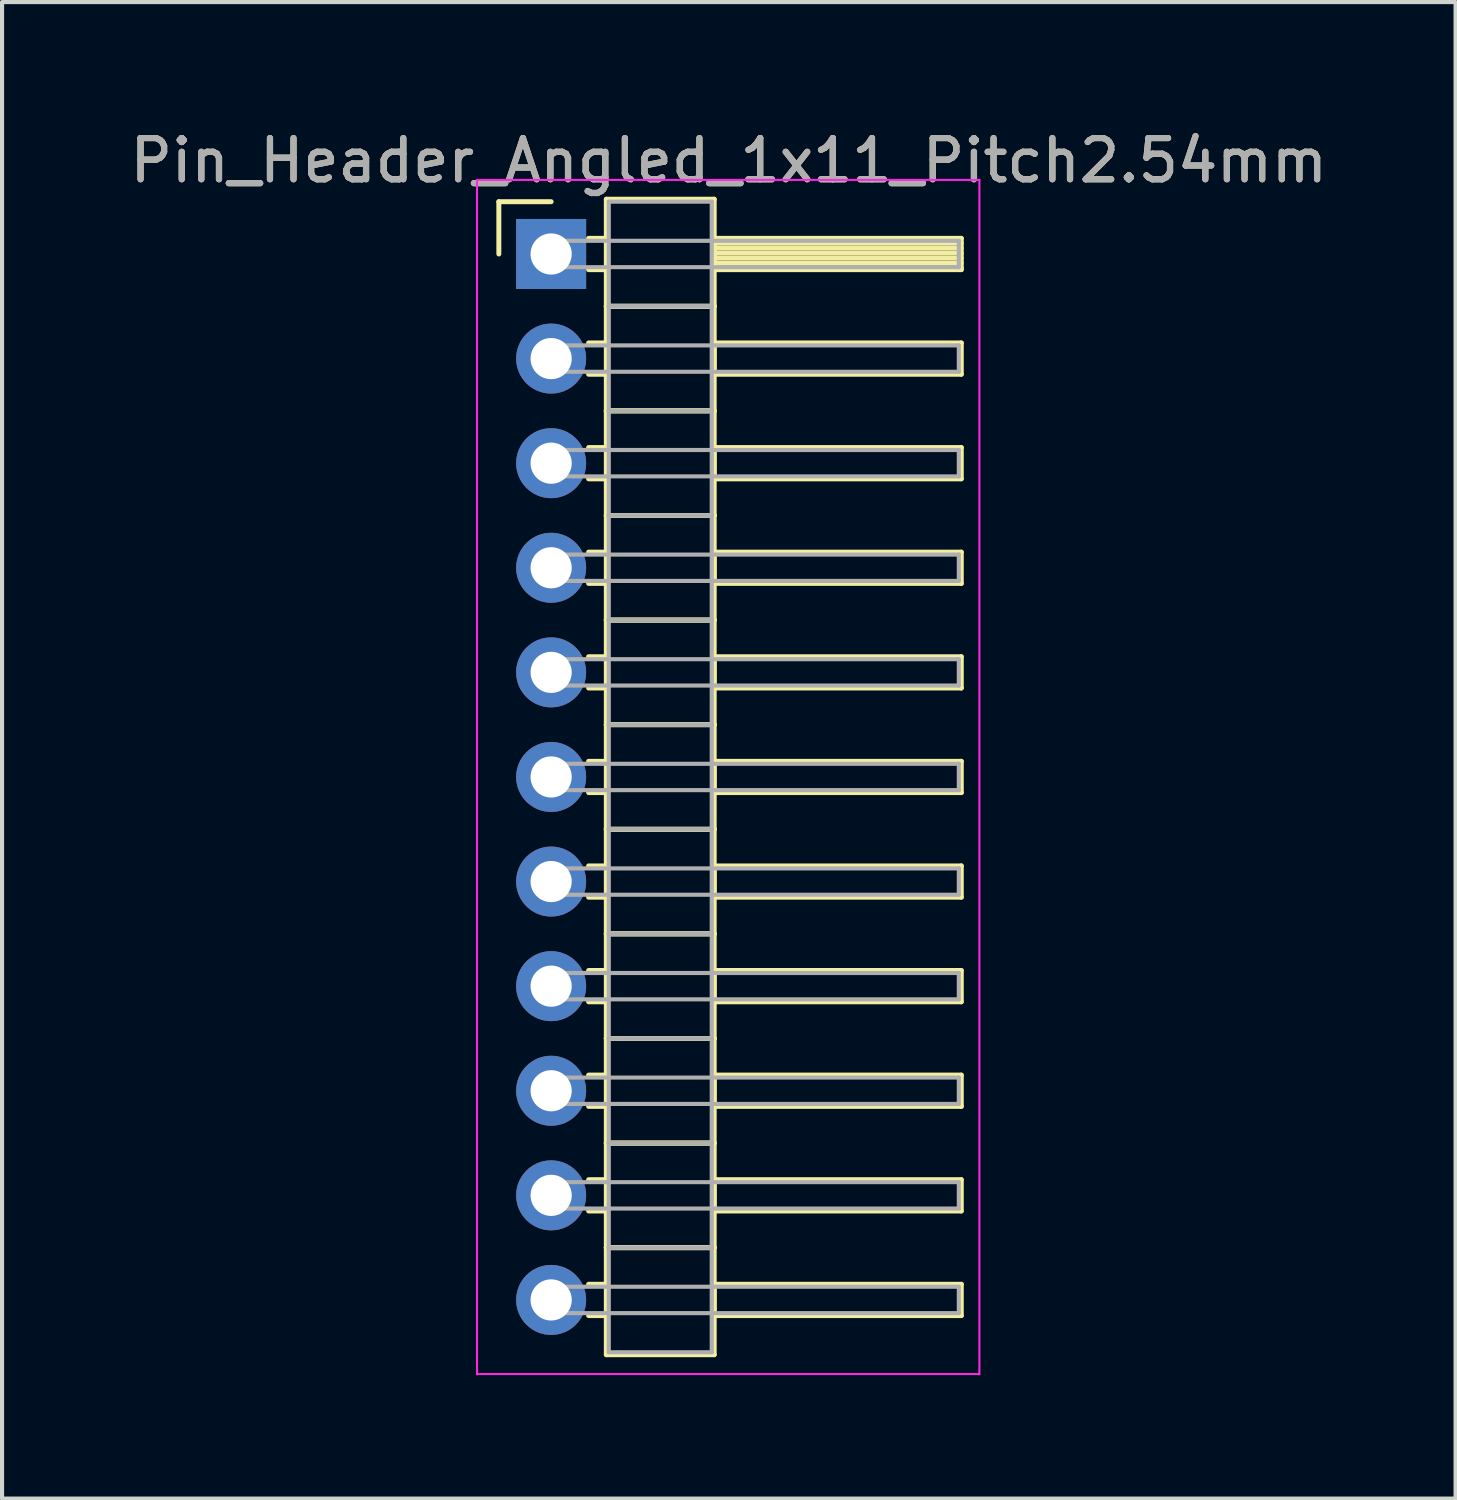
<source format=kicad_pcb>
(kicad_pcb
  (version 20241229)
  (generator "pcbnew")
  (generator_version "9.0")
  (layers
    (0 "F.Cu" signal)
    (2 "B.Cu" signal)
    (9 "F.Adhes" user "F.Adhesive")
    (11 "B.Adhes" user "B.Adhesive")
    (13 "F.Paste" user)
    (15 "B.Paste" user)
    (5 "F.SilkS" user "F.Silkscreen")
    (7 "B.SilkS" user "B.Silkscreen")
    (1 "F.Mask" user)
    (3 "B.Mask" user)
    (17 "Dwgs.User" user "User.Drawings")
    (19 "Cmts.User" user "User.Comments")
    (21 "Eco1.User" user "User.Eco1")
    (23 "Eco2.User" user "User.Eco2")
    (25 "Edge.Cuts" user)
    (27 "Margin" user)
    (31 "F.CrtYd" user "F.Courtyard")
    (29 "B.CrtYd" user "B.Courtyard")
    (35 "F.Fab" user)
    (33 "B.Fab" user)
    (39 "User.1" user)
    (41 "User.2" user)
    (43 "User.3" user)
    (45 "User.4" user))
  (footprint "Pin_Header_Angled_1x11_Pitch2.54mm"
    (layer "F.Cu")
    (at 10.334 3.118)
    (property "Reference" "Pin_Header_Angled_1x11_Pitch2.54mm" (at 4.315 -2.27 0) (layer "F.SilkS") (effects (font (size 1 1) (thickness 0.15))))
    (attr through_hole)
    (fp_line (start -1.27 -1.27) (end 0 -1.27) (stroke (width 0.12) (type solid)) (layer "F.SilkS"))
    (fp_line (start -1.27 0) (end -1.27 -1.27) (stroke (width 0.12) (type solid)) (layer "F.SilkS"))
    (fp_line (start 0.91 -0.38) (end 1.34 -0.38) (stroke (width 0.12) (type solid)) (layer "F.SilkS"))
    (fp_line (start 0.91 0.38) (end 1.34 0.38) (stroke (width 0.12) (type solid)) (layer "F.SilkS"))
    (fp_line (start 0.91 2.16) (end 1.34 2.16) (stroke (width 0.12) (type solid)) (layer "F.SilkS"))
    (fp_line (start 0.91 2.92) (end 1.34 2.92) (stroke (width 0.12) (type solid)) (layer "F.SilkS"))
    (fp_line (start 0.91 4.7) (end 1.34 4.7) (stroke (width 0.12) (type solid)) (layer "F.SilkS"))
    (fp_line (start 0.91 5.46) (end 1.34 5.46) (stroke (width 0.12) (type solid)) (layer "F.SilkS"))
    (fp_line (start 0.91 7.24) (end 1.34 7.24) (stroke (width 0.12) (type solid)) (layer "F.SilkS"))
    (fp_line (start 0.91 8) (end 1.34 8) (stroke (width 0.12) (type solid)) (layer "F.SilkS"))
    (fp_line (start 0.91 9.78) (end 1.34 9.78) (stroke (width 0.12) (type solid)) (layer "F.SilkS"))
    (fp_line (start 0.91 10.54) (end 1.34 10.54) (stroke (width 0.12) (type solid)) (layer "F.SilkS"))
    (fp_line (start 0.91 12.32) (end 1.34 12.32) (stroke (width 0.12) (type solid)) (layer "F.SilkS"))
    (fp_line (start 0.91 13.08) (end 1.34 13.08) (stroke (width 0.12) (type solid)) (layer "F.SilkS"))
    (fp_line (start 0.91 14.86) (end 1.34 14.86) (stroke (width 0.12) (type solid)) (layer "F.SilkS"))
    (fp_line (start 0.91 15.62) (end 1.34 15.62) (stroke (width 0.12) (type solid)) (layer "F.SilkS"))
    (fp_line (start 0.91 17.4) (end 1.34 17.4) (stroke (width 0.12) (type solid)) (layer "F.SilkS"))
    (fp_line (start 0.91 18.16) (end 1.34 18.16) (stroke (width 0.12) (type solid)) (layer "F.SilkS"))
    (fp_line (start 0.91 19.94) (end 1.34 19.94) (stroke (width 0.12) (type solid)) (layer "F.SilkS"))
    (fp_line (start 0.91 20.7) (end 1.34 20.7) (stroke (width 0.12) (type solid)) (layer "F.SilkS"))
    (fp_line (start 0.91 22.48) (end 1.34 22.48) (stroke (width 0.12) (type solid)) (layer "F.SilkS"))
    (fp_line (start 0.91 23.24) (end 1.34 23.24) (stroke (width 0.12) (type solid)) (layer "F.SilkS"))
    (fp_line (start 0.91 25.02) (end 1.34 25.02) (stroke (width 0.12) (type solid)) (layer "F.SilkS"))
    (fp_line (start 0.91 25.78) (end 1.34 25.78) (stroke (width 0.12) (type solid)) (layer "F.SilkS"))
    (fp_line (start 1.34 -1.33) (end 1.34 1.27) (stroke (width 0.12) (type solid)) (layer "F.SilkS"))
    (fp_line (start 1.34 1.27) (end 1.34 3.81) (stroke (width 0.12) (type solid)) (layer "F.SilkS"))
    (fp_line (start 1.34 1.27) (end 3.96 1.27) (stroke (width 0.12) (type solid)) (layer "F.SilkS"))
    (fp_line (start 1.34 3.81) (end 1.34 6.35) (stroke (width 0.12) (type solid)) (layer "F.SilkS"))
    (fp_line (start 1.34 3.81) (end 3.96 3.81) (stroke (width 0.12) (type solid)) (layer "F.SilkS"))
    (fp_line (start 1.34 6.35) (end 1.34 8.89) (stroke (width 0.12) (type solid)) (layer "F.SilkS"))
    (fp_line (start 1.34 6.35) (end 3.96 6.35) (stroke (width 0.12) (type solid)) (layer "F.SilkS"))
    (fp_line (start 1.34 8.89) (end 1.34 11.43) (stroke (width 0.12) (type solid)) (layer "F.SilkS"))
    (fp_line (start 1.34 8.89) (end 3.96 8.89) (stroke (width 0.12) (type solid)) (layer "F.SilkS"))
    (fp_line (start 1.34 11.43) (end 1.34 13.97) (stroke (width 0.12) (type solid)) (layer "F.SilkS"))
    (fp_line (start 1.34 11.43) (end 3.96 11.43) (stroke (width 0.12) (type solid)) (layer "F.SilkS"))
    (fp_line (start 1.34 13.97) (end 1.34 16.51) (stroke (width 0.12) (type solid)) (layer "F.SilkS"))
    (fp_line (start 1.34 13.97) (end 3.96 13.97) (stroke (width 0.12) (type solid)) (layer "F.SilkS"))
    (fp_line (start 1.34 16.51) (end 1.34 19.05) (stroke (width 0.12) (type solid)) (layer "F.SilkS"))
    (fp_line (start 1.34 16.51) (end 3.96 16.51) (stroke (width 0.12) (type solid)) (layer "F.SilkS"))
    (fp_line (start 1.34 19.05) (end 1.34 21.59) (stroke (width 0.12) (type solid)) (layer "F.SilkS"))
    (fp_line (start 1.34 19.05) (end 3.96 19.05) (stroke (width 0.12) (type solid)) (layer "F.SilkS"))
    (fp_line (start 1.34 21.59) (end 1.34 24.13) (stroke (width 0.12) (type solid)) (layer "F.SilkS"))
    (fp_line (start 1.34 21.59) (end 3.96 21.59) (stroke (width 0.12) (type solid)) (layer "F.SilkS"))
    (fp_line (start 1.34 24.13) (end 1.34 26.73) (stroke (width 0.12) (type solid)) (layer "F.SilkS"))
    (fp_line (start 1.34 24.13) (end 3.96 24.13) (stroke (width 0.12) (type solid)) (layer "F.SilkS"))
    (fp_line (start 1.34 26.73) (end 3.96 26.73) (stroke (width 0.12) (type solid)) (layer "F.SilkS"))
    (fp_line (start 3.96 -1.33) (end 1.34 -1.33) (stroke (width 0.12) (type solid)) (layer "F.SilkS"))
    (fp_line (start 3.96 -0.38) (end 3.96 0.38) (stroke (width 0.12) (type solid)) (layer "F.SilkS"))
    (fp_line (start 3.96 -0.26) (end 9.96 -0.26) (stroke (width 0.12) (type solid)) (layer "F.SilkS"))
    (fp_line (start 3.96 -0.14) (end 9.96 -0.14) (stroke (width 0.12) (type solid)) (layer "F.SilkS"))
    (fp_line (start 3.96 -0.02) (end 9.96 -0.02) (stroke (width 0.12) (type solid)) (layer "F.SilkS"))
    (fp_line (start 3.96 0.1) (end 9.96 0.1) (stroke (width 0.12) (type solid)) (layer "F.SilkS"))
    (fp_line (start 3.96 0.22) (end 9.96 0.22) (stroke (width 0.12) (type solid)) (layer "F.SilkS"))
    (fp_line (start 3.96 0.34) (end 9.96 0.34) (stroke (width 0.12) (type solid)) (layer "F.SilkS"))
    (fp_line (start 3.96 0.38) (end 9.96 0.38) (stroke (width 0.12) (type solid)) (layer "F.SilkS"))
    (fp_line (start 3.96 1.27) (end 1.34 1.27) (stroke (width 0.12) (type solid)) (layer "F.SilkS"))
    (fp_line (start 3.96 1.27) (end 3.96 -1.33) (stroke (width 0.12) (type solid)) (layer "F.SilkS"))
    (fp_line (start 3.96 2.16) (end 3.96 2.92) (stroke (width 0.12) (type solid)) (layer "F.SilkS"))
    (fp_line (start 3.96 2.92) (end 9.96 2.92) (stroke (width 0.12) (type solid)) (layer "F.SilkS"))
    (fp_line (start 3.96 3.81) (end 1.34 3.81) (stroke (width 0.12) (type solid)) (layer "F.SilkS"))
    (fp_line (start 3.96 3.81) (end 3.96 1.27) (stroke (width 0.12) (type solid)) (layer "F.SilkS"))
    (fp_line (start 3.96 4.7) (end 3.96 5.46) (stroke (width 0.12) (type solid)) (layer "F.SilkS"))
    (fp_line (start 3.96 5.46) (end 9.96 5.46) (stroke (width 0.12) (type solid)) (layer "F.SilkS"))
    (fp_line (start 3.96 6.35) (end 1.34 6.35) (stroke (width 0.12) (type solid)) (layer "F.SilkS"))
    (fp_line (start 3.96 6.35) (end 3.96 3.81) (stroke (width 0.12) (type solid)) (layer "F.SilkS"))
    (fp_line (start 3.96 7.24) (end 3.96 8) (stroke (width 0.12) (type solid)) (layer "F.SilkS"))
    (fp_line (start 3.96 8) (end 9.96 8) (stroke (width 0.12) (type solid)) (layer "F.SilkS"))
    (fp_line (start 3.96 8.89) (end 1.34 8.89) (stroke (width 0.12) (type solid)) (layer "F.SilkS"))
    (fp_line (start 3.96 8.89) (end 3.96 6.35) (stroke (width 0.12) (type solid)) (layer "F.SilkS"))
    (fp_line (start 3.96 9.78) (end 3.96 10.54) (stroke (width 0.12) (type solid)) (layer "F.SilkS"))
    (fp_line (start 3.96 10.54) (end 9.96 10.54) (stroke (width 0.12) (type solid)) (layer "F.SilkS"))
    (fp_line (start 3.96 11.43) (end 1.34 11.43) (stroke (width 0.12) (type solid)) (layer "F.SilkS"))
    (fp_line (start 3.96 11.43) (end 3.96 8.89) (stroke (width 0.12) (type solid)) (layer "F.SilkS"))
    (fp_line (start 3.96 12.32) (end 3.96 13.08) (stroke (width 0.12) (type solid)) (layer "F.SilkS"))
    (fp_line (start 3.96 13.08) (end 9.96 13.08) (stroke (width 0.12) (type solid)) (layer "F.SilkS"))
    (fp_line (start 3.96 13.97) (end 1.34 13.97) (stroke (width 0.12) (type solid)) (layer "F.SilkS"))
    (fp_line (start 3.96 13.97) (end 3.96 11.43) (stroke (width 0.12) (type solid)) (layer "F.SilkS"))
    (fp_line (start 3.96 14.86) (end 3.96 15.62) (stroke (width 0.12) (type solid)) (layer "F.SilkS"))
    (fp_line (start 3.96 15.62) (end 9.96 15.62) (stroke (width 0.12) (type solid)) (layer "F.SilkS"))
    (fp_line (start 3.96 16.51) (end 1.34 16.51) (stroke (width 0.12) (type solid)) (layer "F.SilkS"))
    (fp_line (start 3.96 16.51) (end 3.96 13.97) (stroke (width 0.12) (type solid)) (layer "F.SilkS"))
    (fp_line (start 3.96 17.4) (end 3.96 18.16) (stroke (width 0.12) (type solid)) (layer "F.SilkS"))
    (fp_line (start 3.96 18.16) (end 9.96 18.16) (stroke (width 0.12) (type solid)) (layer "F.SilkS"))
    (fp_line (start 3.96 19.05) (end 1.34 19.05) (stroke (width 0.12) (type solid)) (layer "F.SilkS"))
    (fp_line (start 3.96 19.05) (end 3.96 16.51) (stroke (width 0.12) (type solid)) (layer "F.SilkS"))
    (fp_line (start 3.96 19.94) (end 3.96 20.7) (stroke (width 0.12) (type solid)) (layer "F.SilkS"))
    (fp_line (start 3.96 20.7) (end 9.96 20.7) (stroke (width 0.12) (type solid)) (layer "F.SilkS"))
    (fp_line (start 3.96 21.59) (end 1.34 21.59) (stroke (width 0.12) (type solid)) (layer "F.SilkS"))
    (fp_line (start 3.96 21.59) (end 3.96 19.05) (stroke (width 0.12) (type solid)) (layer "F.SilkS"))
    (fp_line (start 3.96 22.48) (end 3.96 23.24) (stroke (width 0.12) (type solid)) (layer "F.SilkS"))
    (fp_line (start 3.96 23.24) (end 9.96 23.24) (stroke (width 0.12) (type solid)) (layer "F.SilkS"))
    (fp_line (start 3.96 24.13) (end 1.34 24.13) (stroke (width 0.12) (type solid)) (layer "F.SilkS"))
    (fp_line (start 3.96 24.13) (end 3.96 21.59) (stroke (width 0.12) (type solid)) (layer "F.SilkS"))
    (fp_line (start 3.96 25.02) (end 3.96 25.78) (stroke (width 0.12) (type solid)) (layer "F.SilkS"))
    (fp_line (start 3.96 25.78) (end 9.96 25.78) (stroke (width 0.12) (type solid)) (layer "F.SilkS"))
    (fp_line (start 3.96 26.73) (end 3.96 24.13) (stroke (width 0.12) (type solid)) (layer "F.SilkS"))
    (fp_line (start 9.96 -0.38) (end 3.96 -0.38) (stroke (width 0.12) (type solid)) (layer "F.SilkS"))
    (fp_line (start 9.96 0.38) (end 9.96 -0.38) (stroke (width 0.12) (type solid)) (layer "F.SilkS"))
    (fp_line (start 9.96 2.16) (end 3.96 2.16) (stroke (width 0.12) (type solid)) (layer "F.SilkS"))
    (fp_line (start 9.96 2.92) (end 9.96 2.16) (stroke (width 0.12) (type solid)) (layer "F.SilkS"))
    (fp_line (start 9.96 4.7) (end 3.96 4.7) (stroke (width 0.12) (type solid)) (layer "F.SilkS"))
    (fp_line (start 9.96 5.46) (end 9.96 4.7) (stroke (width 0.12) (type solid)) (layer "F.SilkS"))
    (fp_line (start 9.96 7.24) (end 3.96 7.24) (stroke (width 0.12) (type solid)) (layer "F.SilkS"))
    (fp_line (start 9.96 8) (end 9.96 7.24) (stroke (width 0.12) (type solid)) (layer "F.SilkS"))
    (fp_line (start 9.96 9.78) (end 3.96 9.78) (stroke (width 0.12) (type solid)) (layer "F.SilkS"))
    (fp_line (start 9.96 10.54) (end 9.96 9.78) (stroke (width 0.12) (type solid)) (layer "F.SilkS"))
    (fp_line (start 9.96 12.32) (end 3.96 12.32) (stroke (width 0.12) (type solid)) (layer "F.SilkS"))
    (fp_line (start 9.96 13.08) (end 9.96 12.32) (stroke (width 0.12) (type solid)) (layer "F.SilkS"))
    (fp_line (start 9.96 14.86) (end 3.96 14.86) (stroke (width 0.12) (type solid)) (layer "F.SilkS"))
    (fp_line (start 9.96 15.62) (end 9.96 14.86) (stroke (width 0.12) (type solid)) (layer "F.SilkS"))
    (fp_line (start 9.96 17.4) (end 3.96 17.4) (stroke (width 0.12) (type solid)) (layer "F.SilkS"))
    (fp_line (start 9.96 18.16) (end 9.96 17.4) (stroke (width 0.12) (type solid)) (layer "F.SilkS"))
    (fp_line (start 9.96 19.94) (end 3.96 19.94) (stroke (width 0.12) (type solid)) (layer "F.SilkS"))
    (fp_line (start 9.96 20.7) (end 9.96 19.94) (stroke (width 0.12) (type solid)) (layer "F.SilkS"))
    (fp_line (start 9.96 22.48) (end 3.96 22.48) (stroke (width 0.12) (type solid)) (layer "F.SilkS"))
    (fp_line (start 9.96 23.24) (end 9.96 22.48) (stroke (width 0.12) (type solid)) (layer "F.SilkS"))
    (fp_line (start 9.96 25.02) (end 3.96 25.02) (stroke (width 0.12) (type solid)) (layer "F.SilkS"))
    (fp_line (start 9.96 25.78) (end 9.96 25.02) (stroke (width 0.12) (type solid)) (layer "F.SilkS"))
    (fp_line (start -1.8 -1.8) (end -1.8 27.2) (stroke (width 0.05) (type solid)) (layer "F.CrtYd"))
    (fp_line (start -1.8 27.2) (end 10.4 27.2) (stroke (width 0.05) (type solid)) (layer "F.CrtYd"))
    (fp_line (start 10.4 -1.8) (end -1.8 -1.8) (stroke (width 0.05) (type solid)) (layer "F.CrtYd"))
    (fp_line (start 10.4 27.2) (end 10.4 -1.8) (stroke (width 0.05) (type solid)) (layer "F.CrtYd"))
    (fp_line (start 0 -0.32) (end 0 0.32) (stroke (width 0.1) (type solid)) (layer "F.Fab"))
    (fp_line (start 0 0.32) (end 9.9 0.32) (stroke (width 0.1) (type solid)) (layer "F.Fab"))
    (fp_line (start 0 2.22) (end 0 2.86) (stroke (width 0.1) (type solid)) (layer "F.Fab"))
    (fp_line (start 0 2.86) (end 9.9 2.86) (stroke (width 0.1) (type solid)) (layer "F.Fab"))
    (fp_line (start 0 4.76) (end 0 5.4) (stroke (width 0.1) (type solid)) (layer "F.Fab"))
    (fp_line (start 0 5.4) (end 9.9 5.4) (stroke (width 0.1) (type solid)) (layer "F.Fab"))
    (fp_line (start 0 7.3) (end 0 7.94) (stroke (width 0.1) (type solid)) (layer "F.Fab"))
    (fp_line (start 0 7.94) (end 9.9 7.94) (stroke (width 0.1) (type solid)) (layer "F.Fab"))
    (fp_line (start 0 9.84) (end 0 10.48) (stroke (width 0.1) (type solid)) (layer "F.Fab"))
    (fp_line (start 0 10.48) (end 9.9 10.48) (stroke (width 0.1) (type solid)) (layer "F.Fab"))
    (fp_line (start 0 12.38) (end 0 13.02) (stroke (width 0.1) (type solid)) (layer "F.Fab"))
    (fp_line (start 0 13.02) (end 9.9 13.02) (stroke (width 0.1) (type solid)) (layer "F.Fab"))
    (fp_line (start 0 14.92) (end 0 15.56) (stroke (width 0.1) (type solid)) (layer "F.Fab"))
    (fp_line (start 0 15.56) (end 9.9 15.56) (stroke (width 0.1) (type solid)) (layer "F.Fab"))
    (fp_line (start 0 17.46) (end 0 18.1) (stroke (width 0.1) (type solid)) (layer "F.Fab"))
    (fp_line (start 0 18.1) (end 9.9 18.1) (stroke (width 0.1) (type solid)) (layer "F.Fab"))
    (fp_line (start 0 20) (end 0 20.64) (stroke (width 0.1) (type solid)) (layer "F.Fab"))
    (fp_line (start 0 20.64) (end 9.9 20.64) (stroke (width 0.1) (type solid)) (layer "F.Fab"))
    (fp_line (start 0 22.54) (end 0 23.18) (stroke (width 0.1) (type solid)) (layer "F.Fab"))
    (fp_line (start 0 23.18) (end 9.9 23.18) (stroke (width 0.1) (type solid)) (layer "F.Fab"))
    (fp_line (start 0 25.08) (end 0 25.72) (stroke (width 0.1) (type solid)) (layer "F.Fab"))
    (fp_line (start 0 25.72) (end 9.9 25.72) (stroke (width 0.1) (type solid)) (layer "F.Fab"))
    (fp_line (start 1.4 -1.27) (end 1.4 1.27) (stroke (width 0.1) (type solid)) (layer "F.Fab"))
    (fp_line (start 1.4 1.27) (end 1.4 3.81) (stroke (width 0.1) (type solid)) (layer "F.Fab"))
    (fp_line (start 1.4 1.27) (end 3.9 1.27) (stroke (width 0.1) (type solid)) (layer "F.Fab"))
    (fp_line (start 1.4 3.81) (end 1.4 6.35) (stroke (width 0.1) (type solid)) (layer "F.Fab"))
    (fp_line (start 1.4 3.81) (end 3.9 3.81) (stroke (width 0.1) (type solid)) (layer "F.Fab"))
    (fp_line (start 1.4 6.35) (end 1.4 8.89) (stroke (width 0.1) (type solid)) (layer "F.Fab"))
    (fp_line (start 1.4 6.35) (end 3.9 6.35) (stroke (width 0.1) (type solid)) (layer "F.Fab"))
    (fp_line (start 1.4 8.89) (end 1.4 11.43) (stroke (width 0.1) (type solid)) (layer "F.Fab"))
    (fp_line (start 1.4 8.89) (end 3.9 8.89) (stroke (width 0.1) (type solid)) (layer "F.Fab"))
    (fp_line (start 1.4 11.43) (end 1.4 13.97) (stroke (width 0.1) (type solid)) (layer "F.Fab"))
    (fp_line (start 1.4 11.43) (end 3.9 11.43) (stroke (width 0.1) (type solid)) (layer "F.Fab"))
    (fp_line (start 1.4 13.97) (end 1.4 16.51) (stroke (width 0.1) (type solid)) (layer "F.Fab"))
    (fp_line (start 1.4 13.97) (end 3.9 13.97) (stroke (width 0.1) (type solid)) (layer "F.Fab"))
    (fp_line (start 1.4 16.51) (end 1.4 19.05) (stroke (width 0.1) (type solid)) (layer "F.Fab"))
    (fp_line (start 1.4 16.51) (end 3.9 16.51) (stroke (width 0.1) (type solid)) (layer "F.Fab"))
    (fp_line (start 1.4 19.05) (end 1.4 21.59) (stroke (width 0.1) (type solid)) (layer "F.Fab"))
    (fp_line (start 1.4 19.05) (end 3.9 19.05) (stroke (width 0.1) (type solid)) (layer "F.Fab"))
    (fp_line (start 1.4 21.59) (end 1.4 24.13) (stroke (width 0.1) (type solid)) (layer "F.Fab"))
    (fp_line (start 1.4 21.59) (end 3.9 21.59) (stroke (width 0.1) (type solid)) (layer "F.Fab"))
    (fp_line (start 1.4 24.13) (end 1.4 26.67) (stroke (width 0.1) (type solid)) (layer "F.Fab"))
    (fp_line (start 1.4 24.13) (end 3.9 24.13) (stroke (width 0.1) (type solid)) (layer "F.Fab"))
    (fp_line (start 1.4 26.67) (end 3.9 26.67) (stroke (width 0.1) (type solid)) (layer "F.Fab"))
    (fp_line (start 3.9 -1.27) (end 1.4 -1.27) (stroke (width 0.1) (type solid)) (layer "F.Fab"))
    (fp_line (start 3.9 1.27) (end 1.4 1.27) (stroke (width 0.1) (type solid)) (layer "F.Fab"))
    (fp_line (start 3.9 1.27) (end 3.9 -1.27) (stroke (width 0.1) (type solid)) (layer "F.Fab"))
    (fp_line (start 3.9 3.81) (end 1.4 3.81) (stroke (width 0.1) (type solid)) (layer "F.Fab"))
    (fp_line (start 3.9 3.81) (end 3.9 1.27) (stroke (width 0.1) (type solid)) (layer "F.Fab"))
    (fp_line (start 3.9 6.35) (end 1.4 6.35) (stroke (width 0.1) (type solid)) (layer "F.Fab"))
    (fp_line (start 3.9 6.35) (end 3.9 3.81) (stroke (width 0.1) (type solid)) (layer "F.Fab"))
    (fp_line (start 3.9 8.89) (end 1.4 8.89) (stroke (width 0.1) (type solid)) (layer "F.Fab"))
    (fp_line (start 3.9 8.89) (end 3.9 6.35) (stroke (width 0.1) (type solid)) (layer "F.Fab"))
    (fp_line (start 3.9 11.43) (end 1.4 11.43) (stroke (width 0.1) (type solid)) (layer "F.Fab"))
    (fp_line (start 3.9 11.43) (end 3.9 8.89) (stroke (width 0.1) (type solid)) (layer "F.Fab"))
    (fp_line (start 3.9 13.97) (end 1.4 13.97) (stroke (width 0.1) (type solid)) (layer "F.Fab"))
    (fp_line (start 3.9 13.97) (end 3.9 11.43) (stroke (width 0.1) (type solid)) (layer "F.Fab"))
    (fp_line (start 3.9 16.51) (end 1.4 16.51) (stroke (width 0.1) (type solid)) (layer "F.Fab"))
    (fp_line (start 3.9 16.51) (end 3.9 13.97) (stroke (width 0.1) (type solid)) (layer "F.Fab"))
    (fp_line (start 3.9 19.05) (end 1.4 19.05) (stroke (width 0.1) (type solid)) (layer "F.Fab"))
    (fp_line (start 3.9 19.05) (end 3.9 16.51) (stroke (width 0.1) (type solid)) (layer "F.Fab"))
    (fp_line (start 3.9 21.59) (end 1.4 21.59) (stroke (width 0.1) (type solid)) (layer "F.Fab"))
    (fp_line (start 3.9 21.59) (end 3.9 19.05) (stroke (width 0.1) (type solid)) (layer "F.Fab"))
    (fp_line (start 3.9 24.13) (end 1.4 24.13) (stroke (width 0.1) (type solid)) (layer "F.Fab"))
    (fp_line (start 3.9 24.13) (end 3.9 21.59) (stroke (width 0.1) (type solid)) (layer "F.Fab"))
    (fp_line (start 3.9 26.67) (end 3.9 24.13) (stroke (width 0.1) (type solid)) (layer "F.Fab"))
    (fp_line (start 9.9 -0.32) (end 0 -0.32) (stroke (width 0.1) (type solid)) (layer "F.Fab"))
    (fp_line (start 9.9 0.32) (end 9.9 -0.32) (stroke (width 0.1) (type solid)) (layer "F.Fab"))
    (fp_line (start 9.9 2.22) (end 0 2.22) (stroke (width 0.1) (type solid)) (layer "F.Fab"))
    (fp_line (start 9.9 2.86) (end 9.9 2.22) (stroke (width 0.1) (type solid)) (layer "F.Fab"))
    (fp_line (start 9.9 4.76) (end 0 4.76) (stroke (width 0.1) (type solid)) (layer "F.Fab"))
    (fp_line (start 9.9 5.4) (end 9.9 4.76) (stroke (width 0.1) (type solid)) (layer "F.Fab"))
    (fp_line (start 9.9 7.3) (end 0 7.3) (stroke (width 0.1) (type solid)) (layer "F.Fab"))
    (fp_line (start 9.9 7.94) (end 9.9 7.3) (stroke (width 0.1) (type solid)) (layer "F.Fab"))
    (fp_line (start 9.9 9.84) (end 0 9.84) (stroke (width 0.1) (type solid)) (layer "F.Fab"))
    (fp_line (start 9.9 10.48) (end 9.9 9.84) (stroke (width 0.1) (type solid)) (layer "F.Fab"))
    (fp_line (start 9.9 12.38) (end 0 12.38) (stroke (width 0.1) (type solid)) (layer "F.Fab"))
    (fp_line (start 9.9 13.02) (end 9.9 12.38) (stroke (width 0.1) (type solid)) (layer "F.Fab"))
    (fp_line (start 9.9 14.92) (end 0 14.92) (stroke (width 0.1) (type solid)) (layer "F.Fab"))
    (fp_line (start 9.9 15.56) (end 9.9 14.92) (stroke (width 0.1) (type solid)) (layer "F.Fab"))
    (fp_line (start 9.9 17.46) (end 0 17.46) (stroke (width 0.1) (type solid)) (layer "F.Fab"))
    (fp_line (start 9.9 18.1) (end 9.9 17.46) (stroke (width 0.1) (type solid)) (layer "F.Fab"))
    (fp_line (start 9.9 20) (end 0 20) (stroke (width 0.1) (type solid)) (layer "F.Fab"))
    (fp_line (start 9.9 20.64) (end 9.9 20) (stroke (width 0.1) (type solid)) (layer "F.Fab"))
    (fp_line (start 9.9 22.54) (end 0 22.54) (stroke (width 0.1) (type solid)) (layer "F.Fab"))
    (fp_line (start 9.9 23.18) (end 9.9 22.54) (stroke (width 0.1) (type solid)) (layer "F.Fab"))
    (fp_line (start 9.9 25.08) (end 0 25.08) (stroke (width 0.1) (type solid)) (layer "F.Fab"))
    (fp_line (start 9.9 25.72) (end 9.9 25.08) (stroke (width 0.1) (type solid)) (layer "F.Fab"))
    (fp_text user "${REFERENCE}" (at 4.315 -2.27 0) (layer "F.Fab") (effects (font (size 1 1) (thickness 0.15))))
    (pad "1" thru_hole rect (at 0 0) (size 1.7 1.7) (drill 1) (layers "*.Cu" "*.Mask"))
    (pad "2" thru_hole oval (at 0 2.54) (size 1.7 1.7) (drill 1) (layers "*.Cu" "*.Mask"))
    (pad "3" thru_hole oval (at 0 5.08) (size 1.7 1.7) (drill 1) (layers "*.Cu" "*.Mask"))
    (pad "4" thru_hole oval (at 0 7.62) (size 1.7 1.7) (drill 1) (layers "*.Cu" "*.Mask"))
    (pad "5" thru_hole oval (at 0 10.16) (size 1.7 1.7) (drill 1) (layers "*.Cu" "*.Mask"))
    (pad "6" thru_hole oval (at 0 12.7) (size 1.7 1.7) (drill 1) (layers "*.Cu" "*.Mask"))
    (pad "7" thru_hole oval (at 0 15.24) (size 1.7 1.7) (drill 1) (layers "*.Cu" "*.Mask"))
    (pad "8" thru_hole oval (at 0 17.78) (size 1.7 1.7) (drill 1) (layers "*.Cu" "*.Mask"))
    (pad "9" thru_hole oval (at 0 20.32) (size 1.7 1.7) (drill 1) (layers "*.Cu" "*.Mask"))
    (pad "10" thru_hole oval (at 0 22.86) (size 1.7 1.7) (drill 1) (layers "*.Cu" "*.Mask"))
    (pad "11" thru_hole oval (at 0 25.4) (size 1.7 1.7) (drill 1) (layers "*.Cu" "*.Mask")))
  (gr_rect
    (start -3 -3)
    (end 32.298 33.343)
    (stroke (width 0.1) (type default))
    (fill no)
    (layer "Edge.Cuts")))
</source>
